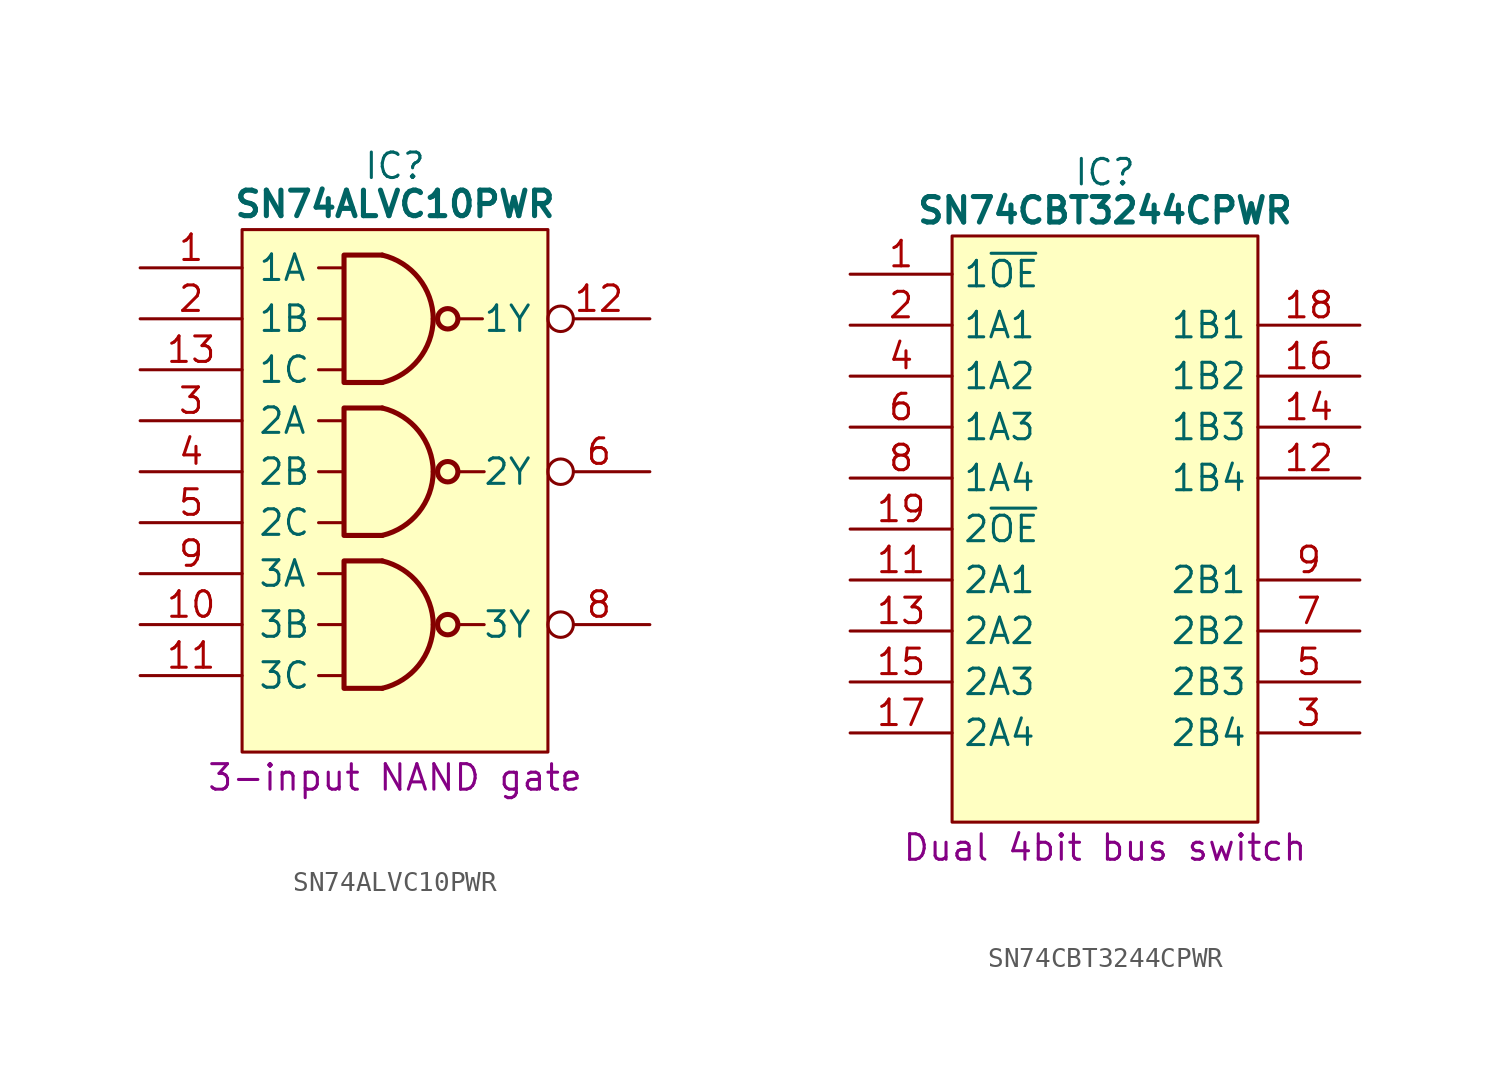
<source format=kicad_sym>
(kicad_symbol_lib
  (version 20241209)
  (generator "kicad_symbol_editor")
  (generator_version "9.0")
  (symbol "SN74ALVC10PWR"
    (pin_names
      (offset 0.762))
    (property "Reference" "IC"
      (at 12.7 5.08 0)
      (effects (font (size 1.27 1.27))))
    (property "Value" "SN74ALVC10PWR"
      (at 12.7 3.175 0)
      (effects (font (size 1.27 1.27) (bold yes))))
    (property "Description" "3-input NAND gate"
      (at 12.7 -25.4 0)
      (effects (font (size 1.27 1.27))))
    (symbol "SN74ALVC10PWR_0_0"
      (pin passive line (at 0 0 0) (length 5.08) (name "1A" (effects (font (size 1.27 1.27)))) (number "1" (effects (font (size 1.27 1.27)))))
      (pin passive line (at 0 -2.54 0) (length 5.08) (name "1B" (effects (font (size 1.27 1.27)))) (number "2" (effects (font (size 1.27 1.27)))))
      (pin passive line (at 0 -5.08 0) (length 5.08) (name "1C" (effects (font (size 1.27 1.27)))) (number "13" (effects (font (size 1.27 1.27)))))
      (pin passive line (at 0 -7.62 0) (length 5.08) (name "2A" (effects (font (size 1.27 1.27)))) (number "3" (effects (font (size 1.27 1.27)))))
      (pin passive line (at 0 -10.16 0) (length 5.08) (name "2B" (effects (font (size 1.27 1.27)))) (number "4" (effects (font (size 1.27 1.27)))))
      (pin passive line (at 0 -12.7 0) (length 5.08) (name "2C" (effects (font (size 1.27 1.27)))) (number "5" (effects (font (size 1.27 1.27)))))
      (pin passive line (at 0 -15.24 0) (length 5.08) (name "3A" (effects (font (size 1.27 1.27)))) (number "9" (effects (font (size 1.27 1.27)))))
      (pin passive line (at 0 -17.78 0) (length 5.08) (name "3B" (effects (font (size 1.27 1.27)))) (number "10" (effects (font (size 1.27 1.27)))))
      (pin passive line (at 0 -20.32 0) (length 5.08) (name "3C" (effects (font (size 1.27 1.27)))) (number "11" (effects (font (size 1.27 1.27)))))
      (pin passive line (at 0 -22.86 0) (length 5.08) (hide yes) (name "GND" (effects (font (size 1.27 1.27)))) (number "7" (effects (font (size 1.27 1.27)))))
      (pin passive line (at 25.4 0 180) (length 5.08) (hide yes) (name "3V" (effects (font (size 1.27 1.27)))) (number "14" (effects (font (size 1.27 1.27)))))
      (pin passive inverted (at 25.4 -2.54 180) (length 5.08) (name "1Y" (effects (font (size 1.27 1.27)))) (number "12" (effects (font (size 1.27 1.27)))))
      (pin passive inverted (at 25.4 -10.16 180) (length 5.08) (name "2Y" (effects (font (size 1.27 1.27)))) (number "6" (effects (font (size 1.27 1.27)))))
      (pin passive inverted (at 25.4 -17.78 180) (length 5.08) (name "3Y" (effects (font (size 1.27 1.27)))) (number "8" (effects (font (size 1.27 1.27))))))
    (symbol "SN74ALVC10PWR_0_1"
      (polyline (pts (xy 5.08 1.905) (xy 20.32 1.905) (xy 20.32 -24.13) (xy 5.08 -24.13) (xy 5.08 1.905)) (stroke (width 0.152) (type default)) (fill (type background)))
      (polyline (pts (xy 8.89 0) (xy 10.16 0)) (stroke (width 0) (type default)) (fill (type none)))
      (polyline (pts (xy 8.89 -2.54) (xy 10.16 -2.54)) (stroke (width 0) (type default)) (fill (type none)))
      (polyline (pts (xy 8.89 -5.08) (xy 10.16 -5.08)) (stroke (width 0) (type default)) (fill (type none)))
      (polyline (pts (xy 8.89 -7.62) (xy 10.16 -7.62)) (stroke (width 0) (type default)) (fill (type none)))
      (polyline (pts (xy 8.89 -10.16) (xy 10.16 -10.16)) (stroke (width 0) (type default)) (fill (type none)))
      (polyline (pts (xy 8.89 -12.7) (xy 10.16 -12.7)) (stroke (width 0) (type default)) (fill (type none)))
      (polyline (pts (xy 8.89 -15.24) (xy 10.16 -15.24)) (stroke (width 0) (type default)) (fill (type none)))
      (polyline (pts (xy 8.89 -17.78) (xy 10.16 -17.78)) (stroke (width 0) (type default)) (fill (type none)))
      (polyline (pts (xy 8.89 -20.32) (xy 10.16 -20.32)) (stroke (width 0) (type default)) (fill (type none)))
      (polyline (pts (xy 10.16 0.635) (xy 10.16 -5.715)) (stroke (width 0.254) (type default)) (fill (type background)))
      (polyline (pts (xy 10.16 -6.985) (xy 10.16 -13.335)) (stroke (width 0.254) (type default)) (fill (type background)))
      (polyline (pts (xy 10.16 -14.605) (xy 10.16 -20.955)) (stroke (width 0.254) (type default)) (fill (type background)))
      (arc (start 14.605 -2.54) (mid 13.8812 -4.5645) (end 12.065 -5.715) (stroke (width 0.254) (type default)) (fill (type none)))
      (arc (start 14.605 -10.16) (mid 13.8812 -12.1845) (end 12.065 -13.335) (stroke (width 0.254) (type default)) (fill (type none)))
      (arc (start 14.605 -17.78) (mid 13.8812 -19.8045) (end 12.065 -20.955) (stroke (width 0.254) (type default)) (fill (type none)))
      (arc (start 12.065 -6.985) (mid 13.8818 -8.1349) (end 14.605 -10.16) (stroke (width 0.254) (type default)) (fill (type none)))
      (arc (start 12.065 -14.605) (mid 13.8818 -15.7549) (end 14.605 -17.78) (stroke (width 0.254) (type default)) (fill (type none)))
      (arc (start 12.065 0.635) (mid 13.8823 -0.5147) (end 14.605 -2.54) (stroke (width 0.254) (type default)) (fill (type none)))
      (polyline (pts (xy 12.065 0.635) (xy 10.248 0.635)) (stroke (width 0.254) (type default)) (fill (type background)))
      (polyline (pts (xy 12.065 -5.715) (xy 10.248 -5.715)) (stroke (width 0.254) (type default)) (fill (type background)))
      (polyline (pts (xy 12.065 -6.985) (xy 10.248 -6.985)) (stroke (width 0.254) (type default)) (fill (type background)))
      (polyline (pts (xy 12.065 -13.335) (xy 10.248 -13.335)) (stroke (width 0.254) (type default)) (fill (type background)))
      (polyline (pts (xy 12.065 -14.605) (xy 10.248 -14.605)) (stroke (width 0.254) (type default)) (fill (type background)))
      (polyline (pts (xy 12.065 -20.955) (xy 10.248 -20.955)) (stroke (width 0.254) (type default)) (fill (type background)))
      (circle (center 15.328 -2.54) (radius 0.508) (stroke (width 0.254) (type default)) (fill (type none)))
      (circle (center 15.328 -10.16) (radius 0.508) (stroke (width 0.254) (type default)) (fill (type none)))
      (circle (center 15.328 -17.78) (radius 0.508) (stroke (width 0.254) (type default)) (fill (type none)))
      (polyline (pts (xy 15.875 -2.54) (xy 17.057 -2.54)) (stroke (width 0) (type default)) (fill (type none)))
      (polyline (pts (xy 15.963 -10.16) (xy 17.145 -10.16)) (stroke (width 0) (type default)) (fill (type none)))
      (polyline (pts (xy 15.963 -17.78) (xy 17.145 -17.78)) (stroke (width 0) (type default)) (fill (type none)))))
  (symbol "SN74CBT3244CPWR"
    (property "Reference" "IC"
      (at 12.7 5.08 0)
      (effects (font (size 1.27 1.27))))
    (property "Value" "SN74CBT3244CPWR"
      (at 12.7 3.175 0)
      (effects (font (size 1.27 1.27) (bold yes))))
    (property "Description" "Dual 4bit bus switch"
      (at 12.7 -28.575 0)
      (effects (font (size 1.27 1.27))))
    (symbol "SN74CBT3244CPWR_0_0"
      (pin input line (at 0 0 0) (length 5.08) (name "1~{OE}" (effects (font (size 1.27 1.27)))) (number "1" (effects (font (size 1.27 1.27)))))
      (pin passive line (at 0 -2.54 0) (length 5.08) (name "1A1" (effects (font (size 1.27 1.27)))) (number "2" (effects (font (size 1.27 1.27)))))
      (pin passive line (at 0 -5.08 0) (length 5.08) (name "1A2" (effects (font (size 1.27 1.27)))) (number "4" (effects (font (size 1.27 1.27)))))
      (pin passive line (at 0 -7.62 0) (length 5.08) (name "1A3" (effects (font (size 1.27 1.27)))) (number "6" (effects (font (size 1.27 1.27)))))
      (pin passive line (at 0 -10.16 0) (length 5.08) (name "1A4" (effects (font (size 1.27 1.27)))) (number "8" (effects (font (size 1.27 1.27)))))
      (pin input line (at 0 -12.7 0) (length 5.08) (name "2~{OE}" (effects (font (size 1.27 1.27)))) (number "19" (effects (font (size 1.27 1.27)))))
      (pin passive line (at 0 -15.24 0) (length 5.08) (name "2A1" (effects (font (size 1.27 1.27)))) (number "11" (effects (font (size 1.27 1.27)))))
      (pin passive line (at 0 -17.78 0) (length 5.08) (name "2A2" (effects (font (size 1.27 1.27)))) (number "13" (effects (font (size 1.27 1.27)))))
      (pin passive line (at 0 -20.32 0) (length 5.08) (name "2A3" (effects (font (size 1.27 1.27)))) (number "15" (effects (font (size 1.27 1.27)))))
      (pin passive line (at 0 -22.86 0) (length 5.08) (name "2A4" (effects (font (size 1.27 1.27)))) (number "17" (effects (font (size 1.27 1.27)))))
      (pin passive line (at 0 -25.4 0) (length 5.08) (hide yes) (name "GND" (effects (font (size 1.27 1.27)))) (number "10" (effects (font (size 1.27 1.27)))))
      (pin passive line (at 25.4 0 180) (length 5.08) (hide yes) (name "5V" (effects (font (size 1.27 1.27)))) (number "20" (effects (font (size 1.27 1.27)))))
      (pin passive line (at 25.4 -2.54 180) (length 5.08) (name "1B1" (effects (font (size 1.27 1.27)))) (number "18" (effects (font (size 1.27 1.27)))))
      (pin passive line (at 25.4 -5.08 180) (length 5.08) (name "1B2" (effects (font (size 1.27 1.27)))) (number "16" (effects (font (size 1.27 1.27)))))
      (pin passive line (at 25.4 -7.62 180) (length 5.08) (name "1B3" (effects (font (size 1.27 1.27)))) (number "14" (effects (font (size 1.27 1.27)))))
      (pin passive line (at 25.4 -10.16 180) (length 5.08) (name "1B4" (effects (font (size 1.27 1.27)))) (number "12" (effects (font (size 1.27 1.27)))))
      (pin passive line (at 25.4 -15.24 180) (length 5.08) (name "2B1" (effects (font (size 1.27 1.27)))) (number "9" (effects (font (size 1.27 1.27)))))
      (pin passive line (at 25.4 -17.78 180) (length 5.08) (name "2B2" (effects (font (size 1.27 1.27)))) (number "7" (effects (font (size 1.27 1.27)))))
      (pin passive line (at 25.4 -20.32 180) (length 5.08) (name "2B3" (effects (font (size 1.27 1.27)))) (number "5" (effects (font (size 1.27 1.27)))))
      (pin passive line (at 25.4 -22.86 180) (length 5.08) (name "2B4" (effects (font (size 1.27 1.27)))) (number "3" (effects (font (size 1.27 1.27))))))
    (symbol "SN74CBT3244CPWR_0_1"
      (polyline (pts (xy 5.08 1.905) (xy 20.32 1.905) (xy 20.32 -27.305) (xy 5.08 -27.305) (xy 5.08 1.905)) (stroke (width 0.152) (type default)) (fill (type background))))))
</source>
